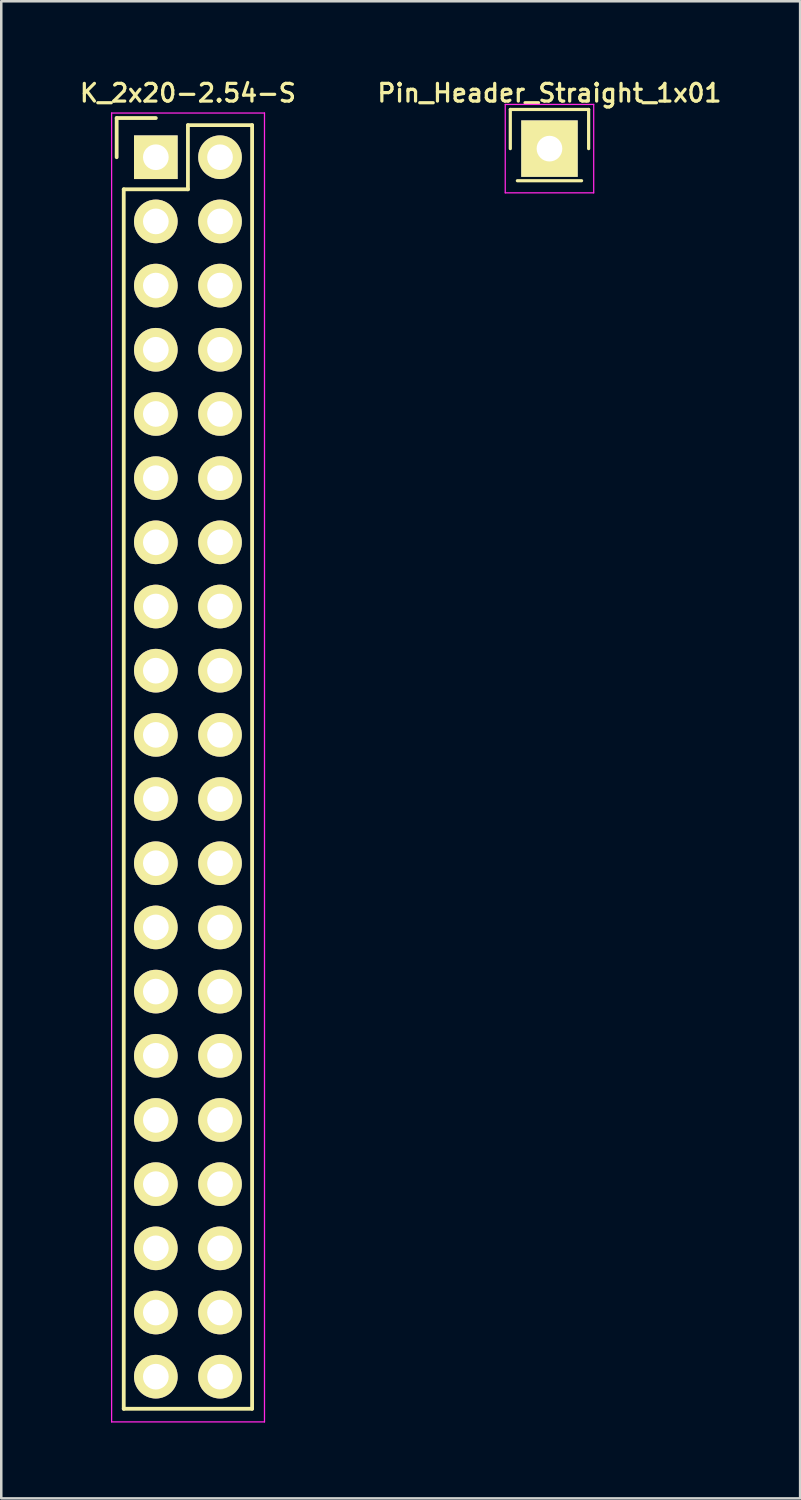
<source format=kicad_pcb>
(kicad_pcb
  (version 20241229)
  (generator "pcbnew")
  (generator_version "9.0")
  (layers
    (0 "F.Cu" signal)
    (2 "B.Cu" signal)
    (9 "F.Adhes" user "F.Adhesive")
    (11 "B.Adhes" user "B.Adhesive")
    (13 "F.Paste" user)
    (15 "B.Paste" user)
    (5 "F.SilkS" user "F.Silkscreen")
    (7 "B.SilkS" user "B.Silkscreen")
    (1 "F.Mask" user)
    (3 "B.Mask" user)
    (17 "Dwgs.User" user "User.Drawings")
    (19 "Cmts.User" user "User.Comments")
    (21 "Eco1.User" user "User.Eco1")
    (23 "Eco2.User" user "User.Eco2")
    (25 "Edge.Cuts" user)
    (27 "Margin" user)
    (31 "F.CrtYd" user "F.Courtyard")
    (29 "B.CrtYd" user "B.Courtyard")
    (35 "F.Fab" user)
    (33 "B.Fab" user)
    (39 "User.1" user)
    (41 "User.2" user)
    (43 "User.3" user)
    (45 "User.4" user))
  (footprint "K_2x20-2.54-S"
    (layer "F.Cu")
    (at 3.117 3.172)
    (property "Reference" "K_2x20-2.54-S" (at 1.27 -2.54 0) (layer "F.SilkS") (effects (font (size 0.7 0.7) (thickness 0.127))))
    (attr through_hole)
    (fp_line (start -1.55 -1.55) (end -1.55 0) (stroke (width 0.15) (type solid)) (layer "F.SilkS"))
    (fp_line (start -1.27 1.27) (end -1.27 49.53) (stroke (width 0.15) (type solid)) (layer "F.SilkS"))
    (fp_line (start 0 -1.55) (end -1.55 -1.55) (stroke (width 0.15) (type solid)) (layer "F.SilkS"))
    (fp_line (start 1.27 -1.27) (end 1.27 1.27) (stroke (width 0.15) (type solid)) (layer "F.SilkS"))
    (fp_line (start 1.27 1.27) (end -1.27 1.27) (stroke (width 0.15) (type solid)) (layer "F.SilkS"))
    (fp_line (start 3.81 -1.27) (end 1.27 -1.27) (stroke (width 0.15) (type solid)) (layer "F.SilkS"))
    (fp_line (start 3.81 49.53) (end -1.27 49.53) (stroke (width 0.15) (type solid)) (layer "F.SilkS"))
    (fp_line (start 3.81 49.53) (end 3.81 -1.27) (stroke (width 0.15) (type solid)) (layer "F.SilkS"))
    (fp_line (start -1.75 -1.75) (end -1.75 50.05) (stroke (width 0.05) (type solid)) (layer "F.CrtYd"))
    (fp_line (start -1.75 -1.75) (end 4.3 -1.75) (stroke (width 0.05) (type solid)) (layer "F.CrtYd"))
    (fp_line (start -1.75 50.05) (end 4.3 50.05) (stroke (width 0.05) (type solid)) (layer "F.CrtYd"))
    (fp_line (start 4.3 -1.75) (end 4.3 50.05) (stroke (width 0.05) (type solid)) (layer "F.CrtYd"))
    (pad "1" thru_hole rect (at 0 0) (size 1.727 1.727) (drill 1.016) (layers "*.Cu" "*.Mask" "F.SilkS"))
    (pad "2" thru_hole oval (at 2.54 0) (size 1.727 1.727) (drill 1.016) (layers "*.Cu" "*.Mask" "F.SilkS"))
    (pad "3" thru_hole oval (at 0 2.54) (size 1.727 1.727) (drill 1.016) (layers "*.Cu" "*.Mask" "F.SilkS"))
    (pad "4" thru_hole oval (at 2.54 2.54) (size 1.727 1.727) (drill 1.016) (layers "*.Cu" "*.Mask" "F.SilkS"))
    (pad "5" thru_hole oval (at 0 5.08) (size 1.727 1.727) (drill 1.016) (layers "*.Cu" "*.Mask" "F.SilkS"))
    (pad "6" thru_hole oval (at 2.54 5.08) (size 1.727 1.727) (drill 1.016) (layers "*.Cu" "*.Mask" "F.SilkS"))
    (pad "7" thru_hole oval (at 0 7.62) (size 1.727 1.727) (drill 1.016) (layers "*.Cu" "*.Mask" "F.SilkS"))
    (pad "8" thru_hole oval (at 2.54 7.62) (size 1.727 1.727) (drill 1.016) (layers "*.Cu" "*.Mask" "F.SilkS"))
    (pad "9" thru_hole oval (at 0 10.16) (size 1.727 1.727) (drill 1.016) (layers "*.Cu" "*.Mask" "F.SilkS"))
    (pad "10" thru_hole oval (at 2.54 10.16) (size 1.727 1.727) (drill 1.016) (layers "*.Cu" "*.Mask" "F.SilkS"))
    (pad "11" thru_hole oval (at 0 12.7) (size 1.727 1.727) (drill 1.016) (layers "*.Cu" "*.Mask" "F.SilkS"))
    (pad "12" thru_hole oval (at 2.54 12.7) (size 1.727 1.727) (drill 1.016) (layers "*.Cu" "*.Mask" "F.SilkS"))
    (pad "13" thru_hole oval (at 0 15.24) (size 1.727 1.727) (drill 1.016) (layers "*.Cu" "*.Mask" "F.SilkS"))
    (pad "14" thru_hole oval (at 2.54 15.24) (size 1.727 1.727) (drill 1.016) (layers "*.Cu" "*.Mask" "F.SilkS"))
    (pad "15" thru_hole oval (at 0 17.78) (size 1.727 1.727) (drill 1.016) (layers "*.Cu" "*.Mask" "F.SilkS"))
    (pad "16" thru_hole oval (at 2.54 17.78) (size 1.727 1.727) (drill 1.016) (layers "*.Cu" "*.Mask" "F.SilkS"))
    (pad "17" thru_hole oval (at 0 20.32) (size 1.727 1.727) (drill 1.016) (layers "*.Cu" "*.Mask" "F.SilkS"))
    (pad "18" thru_hole oval (at 2.54 20.32) (size 1.727 1.727) (drill 1.016) (layers "*.Cu" "*.Mask" "F.SilkS"))
    (pad "19" thru_hole oval (at 0 22.86) (size 1.727 1.727) (drill 1.016) (layers "*.Cu" "*.Mask" "F.SilkS"))
    (pad "20" thru_hole oval (at 2.54 22.86) (size 1.727 1.727) (drill 1.016) (layers "*.Cu" "*.Mask" "F.SilkS"))
    (pad "21" thru_hole oval (at 0 25.4) (size 1.727 1.727) (drill 1.016) (layers "*.Cu" "*.Mask" "F.SilkS"))
    (pad "22" thru_hole oval (at 2.54 25.4) (size 1.727 1.727) (drill 1.016) (layers "*.Cu" "*.Mask" "F.SilkS"))
    (pad "23" thru_hole oval (at 0 27.94) (size 1.727 1.727) (drill 1.016) (layers "*.Cu" "*.Mask" "F.SilkS"))
    (pad "24" thru_hole oval (at 2.54 27.94) (size 1.727 1.727) (drill 1.016) (layers "*.Cu" "*.Mask" "F.SilkS"))
    (pad "25" thru_hole oval (at 0 30.48) (size 1.727 1.727) (drill 1.016) (layers "*.Cu" "*.Mask" "F.SilkS"))
    (pad "26" thru_hole oval (at 2.54 30.48) (size 1.727 1.727) (drill 1.016) (layers "*.Cu" "*.Mask" "F.SilkS"))
    (pad "27" thru_hole oval (at 0 33.02) (size 1.727 1.727) (drill 1.016) (layers "*.Cu" "*.Mask" "F.SilkS"))
    (pad "28" thru_hole oval (at 2.54 33.02) (size 1.727 1.727) (drill 1.016) (layers "*.Cu" "*.Mask" "F.SilkS"))
    (pad "29" thru_hole oval (at 0 35.56) (size 1.727 1.727) (drill 1.016) (layers "*.Cu" "*.Mask" "F.SilkS"))
    (pad "30" thru_hole oval (at 2.54 35.56) (size 1.727 1.727) (drill 1.016) (layers "*.Cu" "*.Mask" "F.SilkS"))
    (pad "31" thru_hole oval (at 0 38.1) (size 1.727 1.727) (drill 1.016) (layers "*.Cu" "*.Mask" "F.SilkS"))
    (pad "32" thru_hole oval (at 2.54 38.1) (size 1.727 1.727) (drill 1.016) (layers "*.Cu" "*.Mask" "F.SilkS"))
    (pad "33" thru_hole oval (at 0 40.64) (size 1.727 1.727) (drill 1.016) (layers "*.Cu" "*.Mask" "F.SilkS"))
    (pad "34" thru_hole oval (at 2.54 40.64) (size 1.727 1.727) (drill 1.016) (layers "*.Cu" "*.Mask" "F.SilkS"))
    (pad "35" thru_hole oval (at 0 43.18) (size 1.727 1.727) (drill 1.016) (layers "*.Cu" "*.Mask" "F.SilkS"))
    (pad "36" thru_hole oval (at 2.54 43.18) (size 1.727 1.727) (drill 1.016) (layers "*.Cu" "*.Mask" "F.SilkS"))
    (pad "37" thru_hole oval (at 0 45.72) (size 1.727 1.727) (drill 1.016) (layers "*.Cu" "*.Mask" "F.SilkS"))
    (pad "38" thru_hole oval (at 2.54 45.72) (size 1.727 1.727) (drill 1.016) (layers "*.Cu" "*.Mask" "F.SilkS"))
    (pad "39" thru_hole oval (at 0 48.26) (size 1.727 1.727) (drill 1.016) (layers "*.Cu" "*.Mask" "F.SilkS"))
    (pad "40" thru_hole oval (at 2.54 48.26) (size 1.727 1.727) (drill 1.016) (layers "*.Cu" "*.Mask" "F.SilkS")))
  (footprint "Pin_Header_Straight_1x01"
    (layer "F.Cu")
    (at 18.695 2.832)
    (property "Reference" "Pin_Header_Straight_1x01" (at 0 -2.2 0) (layer "F.SilkS") (effects (font (size 0.7 0.7) (thickness 0.127))))
    (attr through_hole)
    (fp_line (start -1.55 -1.55) (end 1.55 -1.55) (stroke (width 0.127) (type solid)) (layer "F.SilkS"))
    (fp_line (start -1.55 0) (end -1.55 -1.55) (stroke (width 0.127) (type solid)) (layer "F.SilkS"))
    (fp_line (start -1.27 1.27) (end 1.27 1.27) (stroke (width 0.127) (type solid)) (layer "F.SilkS"))
    (fp_line (start 1.55 -1.55) (end 1.55 0) (stroke (width 0.127) (type solid)) (layer "F.SilkS"))
    (fp_line (start -1.75 -1.75) (end -1.75 1.75) (stroke (width 0.05) (type solid)) (layer "F.CrtYd"))
    (fp_line (start -1.75 -1.75) (end 1.75 -1.75) (stroke (width 0.05) (type solid)) (layer "F.CrtYd"))
    (fp_line (start -1.75 1.75) (end 1.75 1.75) (stroke (width 0.05) (type solid)) (layer "F.CrtYd"))
    (fp_line (start 1.75 -1.75) (end 1.75 1.75) (stroke (width 0.05) (type solid)) (layer "F.CrtYd"))
    (pad "1" thru_hole rect (at 0 0) (size 2.235 2.235) (drill 1.016) (layers "*.Cu" "*.Mask" "F.SilkS")))
  (gr_rect
    (start -3 -3)
    (end 28.615 56.247)
    (stroke (width 0.1) (type default))
    (fill no)
    (layer "Edge.Cuts")))
</source>
